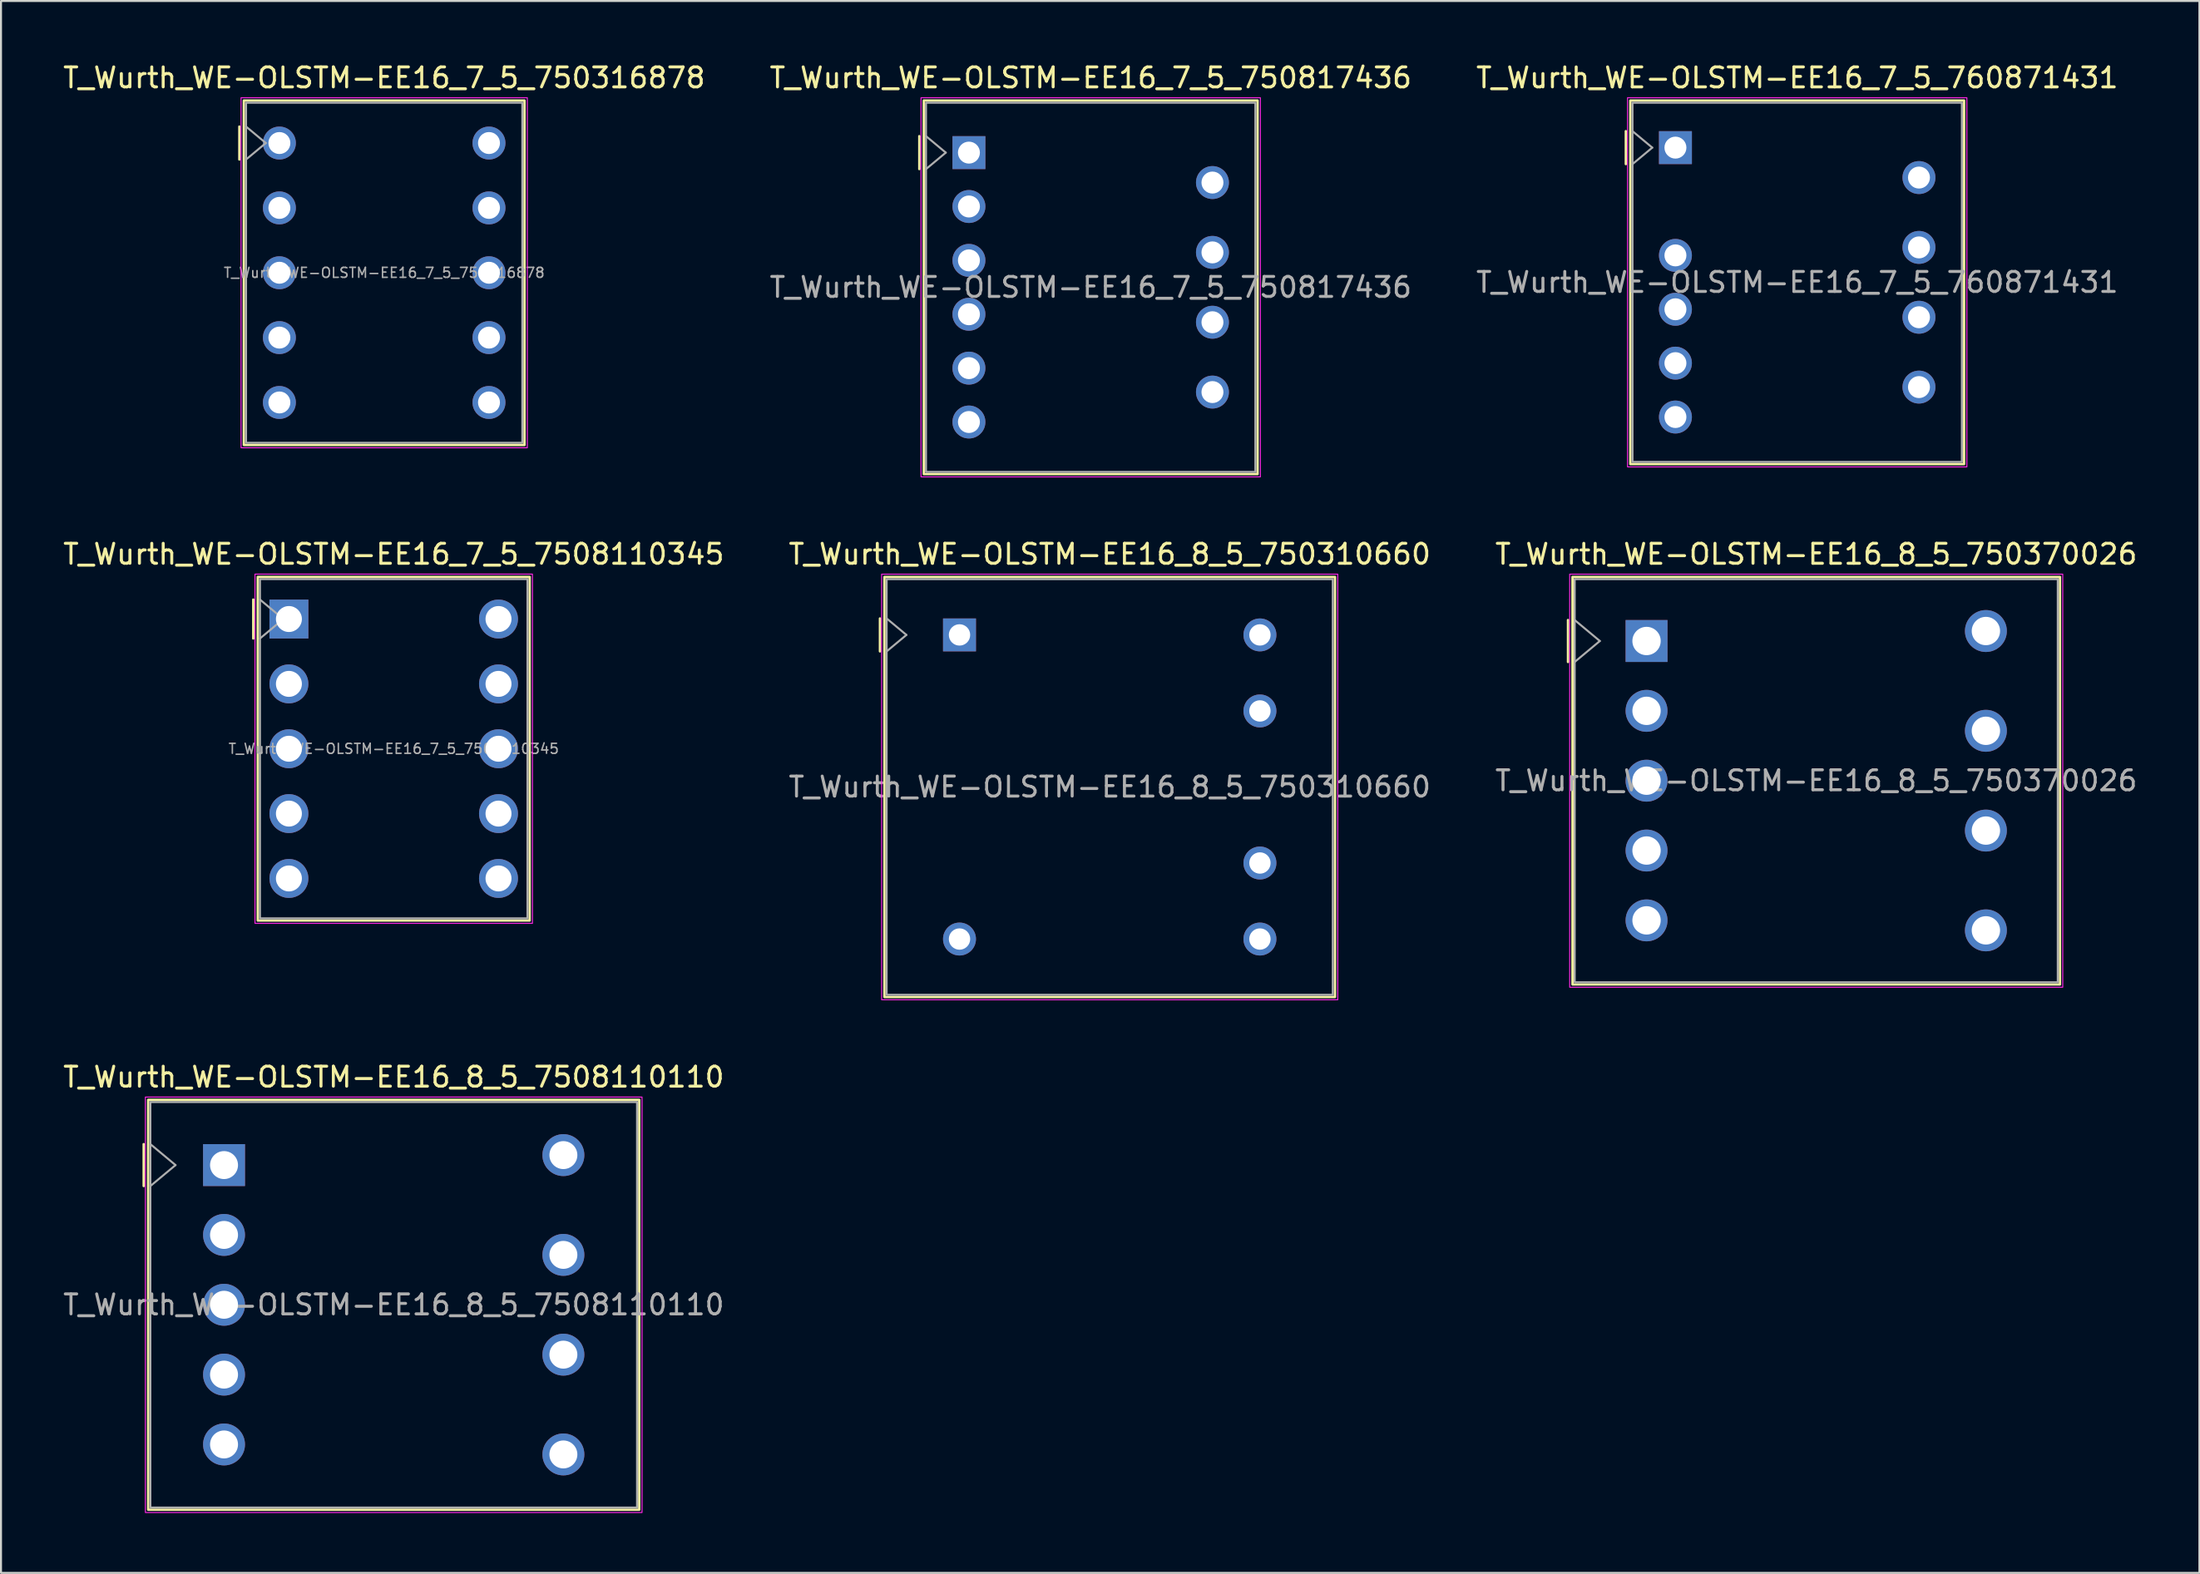
<source format=kicad_pcb>
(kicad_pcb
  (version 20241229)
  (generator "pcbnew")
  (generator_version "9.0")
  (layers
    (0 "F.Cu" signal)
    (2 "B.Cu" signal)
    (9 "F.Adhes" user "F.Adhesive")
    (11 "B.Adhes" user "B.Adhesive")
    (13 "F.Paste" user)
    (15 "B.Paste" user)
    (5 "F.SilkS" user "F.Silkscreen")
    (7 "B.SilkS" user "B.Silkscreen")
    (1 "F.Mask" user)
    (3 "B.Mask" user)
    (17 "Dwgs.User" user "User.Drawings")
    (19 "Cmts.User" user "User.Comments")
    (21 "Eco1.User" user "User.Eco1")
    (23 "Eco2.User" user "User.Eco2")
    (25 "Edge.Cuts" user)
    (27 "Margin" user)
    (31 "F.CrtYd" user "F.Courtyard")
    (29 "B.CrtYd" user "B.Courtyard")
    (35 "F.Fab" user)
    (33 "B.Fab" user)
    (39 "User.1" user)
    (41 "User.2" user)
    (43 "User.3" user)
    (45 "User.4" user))
  (footprint "T_Wurth_WE-OLSTM-EE16_8_5_7508110110"
    (layer "F.Cu")
    (at 8.173 55.335)
    (property "Reference" "T_Wurth_WE-OLSTM-EE16_8_5_7508110110" (at 8.5 -4.41 0) (unlocked yes) (layer "F.SilkS") (effects (font (size 1 1) (thickness 0.15))))
    (attr smd)
    (fp_line (start -4.025 -1.05) (end -4.025 1.05) (stroke (width 0.12) (type solid)) (layer "F.SilkS"))
    (fp_rect (start -3.8 -3.27) (end 20.8 17.27) (stroke (width 0.12) (type solid)) (fill no) (layer "F.SilkS"))
    (fp_rect (start -3.94 -3.41) (end 20.94 17.41) (stroke (width 0.05) (type solid)) (fill no) (layer "F.CrtYd"))
    (fp_line (start -3.69 -1.05) (end -2.43 0) (stroke (width 0.1) (type solid)) (layer "F.Fab"))
    (fp_line (start -3.69 1.05) (end -2.43 0) (stroke (width 0.1) (type solid)) (layer "F.Fab"))
    (fp_rect (start -3.69 -3.16) (end 20.69 17.16) (stroke (width 0.1) (type solid)) (fill no) (layer "F.Fab"))
    (fp_text user "${REFERENCE}" (at 8.5 7 0) (unlocked yes) (layer "F.Fab") (effects (font (size 1 1) (thickness 0.15))))
    (pad "1" thru_hole rect (at 0 0) (size 2.1 2.1) (drill 1.4) (layers "*.Cu" "*.Mask"))
    (pad "2" thru_hole circle (at 0 3.5) (size 2.1 2.1) (drill 1.4) (layers "*.Cu" "*.Mask"))
    (pad "3" thru_hole circle (at 0 7) (size 2.1 2.1) (drill 1.4) (layers "*.Cu" "*.Mask"))
    (pad "4" thru_hole circle (at 0 10.5) (size 2.1 2.1) (drill 1.4) (layers "*.Cu" "*.Mask"))
    (pad "5" thru_hole circle (at 0 14) (size 2.1 2.1) (drill 1.4) (layers "*.Cu" "*.Mask"))
    (pad "6" thru_hole circle (at 17 14.5) (size 2.1 2.1) (drill 1.4) (layers "*.Cu" "*.Mask"))
    (pad "7" thru_hole circle (at 17 9.5) (size 2.1 2.1) (drill 1.4) (layers "*.Cu" "*.Mask"))
    (pad "8" thru_hole circle (at 17 4.5) (size 2.1 2.1) (drill 1.4) (layers "*.Cu" "*.Mask"))
    (pad "9" thru_hole circle (at 17 -0.5) (size 2.1 2.1) (drill 1.4) (layers "*.Cu" "*.Mask")))
  (footprint "T_Wurth_WE-OLSTM-EE16_7_5_760871431"
    (layer "F.Cu")
    (at 80.882 4.348)
    (property "Reference" "T_Wurth_WE-OLSTM-EE16_7_5_760871431" (at 6.1 -3.5 0) (unlocked yes) (layer "F.SilkS") (effects (font (size 1 1) (thickness 0.15))))
    (attr smd)
    (fp_line (start -2.485 -0.825) (end -2.485 0.825) (stroke (width 0.12) (type solid)) (layer "F.SilkS"))
    (fp_rect (start -2.26 -2.36) (end 14.46 15.86) (stroke (width 0.12) (type solid)) (fill no) (layer "F.SilkS"))
    (fp_rect (start -2.4 -2.5) (end 14.6 16) (stroke (width 0.05) (type solid)) (fill no) (layer "F.CrtYd"))
    (fp_line (start -2.15 -0.825) (end -1.16 0) (stroke (width 0.1) (type solid)) (layer "F.Fab"))
    (fp_line (start -2.15 0.825) (end -1.16 0) (stroke (width 0.1) (type solid)) (layer "F.Fab"))
    (fp_rect (start -2.15 -2.25) (end 14.35 15.75) (stroke (width 0.1) (type solid)) (fill no) (layer "F.Fab"))
    (fp_text user "${REFERENCE}" (at 6.1 6.75 0) (unlocked yes) (layer "F.Fab") (effects (font (size 1 1) (thickness 0.15))))
    (pad "1" thru_hole rect (at 0 0) (size 1.65 1.65) (drill 1.1) (layers "*.Cu" "*.Mask"))
    (pad "3" thru_hole circle (at 0 5.4) (size 1.65 1.65) (drill 1.1) (layers "*.Cu" "*.Mask"))
    (pad "4" thru_hole circle (at 0 8.1) (size 1.65 1.65) (drill 1.1) (layers "*.Cu" "*.Mask"))
    (pad "5" thru_hole circle (at 0 10.8) (size 1.65 1.65) (drill 1.1) (layers "*.Cu" "*.Mask"))
    (pad "6" thru_hole circle (at 0 13.5) (size 1.65 1.65) (drill 1.1) (layers "*.Cu" "*.Mask"))
    (pad "7" thru_hole circle (at 12.2 12) (size 1.65 1.65) (drill 1.1) (layers "*.Cu" "*.Mask"))
    (pad "8" thru_hole circle (at 12.2 8.5) (size 1.65 1.65) (drill 1.1) (layers "*.Cu" "*.Mask"))
    (pad "9" thru_hole circle (at 12.2 5) (size 1.65 1.65) (drill 1.1) (layers "*.Cu" "*.Mask"))
    (pad "10" thru_hole circle (at 12.2 1.5) (size 1.65 1.65) (drill 1.1) (layers "*.Cu" "*.Mask")))
  (footprint "T_Wurth_WE-OLSTM-EE16_7_5_7508110345"
    (layer "F.Cu")
    (at 11.423 27.971)
    (property "Reference" "T_Wurth_WE-OLSTM-EE16_7_5_7508110345" (at 5.25 -3.25 0) (unlocked yes) (layer "F.SilkS") (effects (font (size 1 1) (thickness 0.15))))
    (attr smd)
    (fp_line (start -1.785 -0.975) (end -1.785 0.975) (stroke (width 0.12) (type solid)) (layer "F.SilkS"))
    (fp_rect (start -1.56 -2.11) (end 12.06 15.11) (stroke (width 0.12) (type solid)) (fill no) (layer "F.SilkS"))
    (fp_rect (start -1.7 -2.25) (end 12.2 15.25) (stroke (width 0.05) (type solid)) (fill no) (layer "F.CrtYd"))
    (fp_line (start -1.45 -0.975) (end -0.28 0) (stroke (width 0.1) (type solid)) (layer "F.Fab"))
    (fp_line (start -1.45 0.975) (end -0.28 0) (stroke (width 0.1) (type solid)) (layer "F.Fab"))
    (fp_rect (start -1.45 -2) (end 11.95 15) (stroke (width 0.1) (type solid)) (fill no) (layer "F.Fab"))
    (fp_text user "${REFERENCE}" (at 5.25 6.5 0) (unlocked yes) (layer "F.Fab") (effects (font (size 0.5 0.5) (thickness 0.075))))
    (pad "1" thru_hole rect (at 0 0) (size 1.95 1.95) (drill 1.3) (layers "*.Cu" "*.Mask"))
    (pad "2" thru_hole circle (at 0 3.25) (size 1.95 1.95) (drill 1.3) (layers "*.Cu" "*.Mask"))
    (pad "3" thru_hole circle (at 0 6.5) (size 1.95 1.95) (drill 1.3) (layers "*.Cu" "*.Mask"))
    (pad "4" thru_hole circle (at 0 9.75) (size 1.95 1.95) (drill 1.3) (layers "*.Cu" "*.Mask"))
    (pad "5" thru_hole circle (at 0 13) (size 1.95 1.95) (drill 1.3) (layers "*.Cu" "*.Mask"))
    (pad "6" thru_hole circle (at 10.5 13) (size 1.95 1.95) (drill 1.3) (layers "*.Cu" "*.Mask"))
    (pad "7" thru_hole circle (at 10.5 9.75) (size 1.95 1.95) (drill 1.3) (layers "*.Cu" "*.Mask"))
    (pad "8" thru_hole circle (at 10.5 6.5) (size 1.95 1.95) (drill 1.3) (layers "*.Cu" "*.Mask"))
    (pad "9" thru_hole circle (at 10.5 3.25) (size 1.95 1.95) (drill 1.3) (layers "*.Cu" "*.Mask"))
    (pad "10" thru_hole circle (at 10.5 0) (size 1.95 1.95) (drill 1.3) (layers "*.Cu" "*.Mask")))
  (footprint "T_Wurth_WE-OLSTM-EE16_7_5_750817436"
    (layer "F.Cu")
    (at 45.489 4.598)
    (property "Reference" "T_Wurth_WE-OLSTM-EE16_7_5_750817436" (at 6.1 -3.75 0) (unlocked yes) (layer "F.SilkS") (effects (font (size 1 1) (thickness 0.15))))
    (attr smd)
    (fp_line (start -2.485 -0.825) (end -2.485 0.825) (stroke (width 0.12) (type solid)) (layer "F.SilkS"))
    (fp_rect (start -2.26 -2.61) (end 14.46 16.11) (stroke (width 0.12) (type solid)) (fill no) (layer "F.SilkS"))
    (fp_rect (start -2.4 -2.75) (end 14.6 16.25) (stroke (width 0.05) (type solid)) (fill no) (layer "F.CrtYd"))
    (fp_line (start -2.15 -0.825) (end -1.16 0) (stroke (width 0.1) (type solid)) (layer "F.Fab"))
    (fp_line (start -2.15 0.825) (end -1.16 0) (stroke (width 0.1) (type solid)) (layer "F.Fab"))
    (fp_rect (start -2.15 -2.5) (end 14.35 16) (stroke (width 0.1) (type solid)) (fill no) (layer "F.Fab"))
    (fp_text user "${REFERENCE}" (at 6.1 6.75 0) (unlocked yes) (layer "F.Fab") (effects (font (size 1 1) (thickness 0.15))))
    (pad "1" thru_hole rect (at 0 0) (size 1.65 1.65) (drill 1.1) (layers "*.Cu" "*.Mask"))
    (pad "2" thru_hole circle (at 0 2.7) (size 1.65 1.65) (drill 1.1) (layers "*.Cu" "*.Mask"))
    (pad "3" thru_hole circle (at 0 5.4) (size 1.65 1.65) (drill 1.1) (layers "*.Cu" "*.Mask"))
    (pad "4" thru_hole circle (at 0 8.1) (size 1.65 1.65) (drill 1.1) (layers "*.Cu" "*.Mask"))
    (pad "5" thru_hole circle (at 0 10.8) (size 1.65 1.65) (drill 1.1) (layers "*.Cu" "*.Mask"))
    (pad "6" thru_hole circle (at 0 13.5) (size 1.65 1.65) (drill 1.1) (layers "*.Cu" "*.Mask"))
    (pad "7" thru_hole circle (at 12.2 12) (size 1.65 1.65) (drill 1.1) (layers "*.Cu" "*.Mask"))
    (pad "8" thru_hole circle (at 12.2 8.5) (size 1.65 1.65) (drill 1.1) (layers "*.Cu" "*.Mask"))
    (pad "9" thru_hole circle (at 12.2 5) (size 1.65 1.65) (drill 1.1) (layers "*.Cu" "*.Mask"))
    (pad "10" thru_hole circle (at 12.2 1.5) (size 1.65 1.65) (drill 1.1) (layers "*.Cu" "*.Mask")))
  (footprint "T_Wurth_WE-OLSTM-EE16_8_5_750370026"
    (layer "F.Cu")
    (at 79.435 29.072)
    (property "Reference" "T_Wurth_WE-OLSTM-EE16_8_5_750370026" (at 8.5 -4.35 0) (unlocked yes) (layer "F.SilkS") (effects (font (size 1 1) (thickness 0.15))))
    (attr smd)
    (fp_line (start -3.935 -1.05) (end -3.935 1.05) (stroke (width 0.12) (type solid)) (layer "F.SilkS"))
    (fp_rect (start -3.71 -3.21) (end 20.71 17.21) (stroke (width 0.12) (type solid)) (fill no) (layer "F.SilkS"))
    (fp_rect (start -3.85 -3.35) (end 20.85 17.35) (stroke (width 0.05) (type solid)) (fill no) (layer "F.CrtYd"))
    (fp_line (start -3.6 -1.05) (end -2.34 0) (stroke (width 0.1) (type solid)) (layer "F.Fab"))
    (fp_line (start -3.6 1.05) (end -2.34 0) (stroke (width 0.1) (type solid)) (layer "F.Fab"))
    (fp_rect (start -3.6 -3.1) (end 20.6 17.1) (stroke (width 0.1) (type solid)) (fill no) (layer "F.Fab"))
    (fp_text user "${REFERENCE}" (at 8.5 7 0) (unlocked yes) (layer "F.Fab") (effects (font (size 1 1) (thickness 0.15))))
    (pad "1" thru_hole rect (at 0 0) (size 2.1 2.1) (drill 1.42) (layers "*.Cu" "*.Mask"))
    (pad "2" thru_hole circle (at 0 3.5) (size 2.1 2.1) (drill 1.42) (layers "*.Cu" "*.Mask"))
    (pad "3" thru_hole circle (at 0 7) (size 2.1 2.1) (drill 1.42) (layers "*.Cu" "*.Mask"))
    (pad "4" thru_hole circle (at 0 10.5) (size 2.1 2.1) (drill 1.42) (layers "*.Cu" "*.Mask"))
    (pad "5" thru_hole circle (at 0 14) (size 2.1 2.1) (drill 1.42) (layers "*.Cu" "*.Mask"))
    (pad "6" thru_hole circle (at 17 14.5) (size 2.1 2.1) (drill 1.42) (layers "*.Cu" "*.Mask"))
    (pad "7" thru_hole circle (at 17 9.5) (size 2.1 2.1) (drill 1.42) (layers "*.Cu" "*.Mask"))
    (pad "8" thru_hole circle (at 17 4.5) (size 2.1 2.1) (drill 1.42) (layers "*.Cu" "*.Mask"))
    (pad "9" thru_hole circle (at 17 -0.5) (size 2.1 2.1) (drill 1.42) (layers "*.Cu" "*.Mask")))
  (footprint "T_Wurth_WE-OLSTM-EE16_8_5_750310660"
    (layer "F.Cu")
    (at 45.017 28.767)
    (property "Reference" "T_Wurth_WE-OLSTM-EE16_8_5_750310660" (at 7.525 -4.045 0) (unlocked yes) (layer "F.SilkS") (effects (font (size 1 1) (thickness 0.15))))
    (attr smd)
    (fp_line (start -3.985 -0.825) (end -3.985 0.825) (stroke (width 0.12) (type solid)) (layer "F.SilkS"))
    (fp_rect (start -3.76 -2.905) (end 18.81 18.145) (stroke (width 0.12) (type solid)) (fill no) (layer "F.SilkS"))
    (fp_rect (start -3.9 -3.045) (end 18.95 18.285) (stroke (width 0.05) (type solid)) (fill no) (layer "F.CrtYd"))
    (fp_line (start -3.65 -0.825) (end -2.66 0) (stroke (width 0.1) (type solid)) (layer "F.Fab"))
    (fp_line (start -3.65 0.825) (end -2.66 0) (stroke (width 0.1) (type solid)) (layer "F.Fab"))
    (fp_rect (start -3.65 -2.795) (end 18.7 18.035) (stroke (width 0.1) (type solid)) (fill no) (layer "F.Fab"))
    (fp_text user "${REFERENCE}" (at 7.525 7.62 0) (unlocked yes) (layer "F.Fab") (effects (font (size 1 1) (thickness 0.15))))
    (pad "1" thru_hole rect (at 0 0) (size 1.65 1.65) (drill 1.07) (layers "*.Cu" "*.Mask"))
    (pad "4" thru_hole circle (at 0 15.24) (size 1.65 1.65) (drill 1.07) (layers "*.Cu" "*.Mask"))
    (pad "5" thru_hole circle (at 15.05 15.24) (size 1.65 1.65) (drill 1.07) (layers "*.Cu" "*.Mask"))
    (pad "6" thru_hole circle (at 15.05 11.43) (size 1.65 1.65) (drill 1.07) (layers "*.Cu" "*.Mask"))
    (pad "7" thru_hole circle (at 15.05 3.81) (size 1.65 1.65) (drill 1.07) (layers "*.Cu" "*.Mask"))
    (pad "8" thru_hole circle (at 15.05 0) (size 1.65 1.65) (drill 1.07) (layers "*.Cu" "*.Mask")))
  (footprint "T_Wurth_WE-OLSTM-EE16_7_5_750316878"
    (layer "F.Cu")
    (at 16.196 10.618)
    (property "Reference" "T_Wurth_WE-OLSTM-EE16_7_5_750316878" (at 0 -9.77 0) (unlocked yes) (layer "F.SilkS") (effects (font (size 1 1) (thickness 0.15))))
    (attr smd)
    (fp_line (start -7.255 -7.325) (end -7.255 -5.675) (stroke (width 0.12) (type solid)) (layer "F.SilkS"))
    (fp_rect (start -7.03 -8.63) (end 7.03 8.63) (stroke (width 0.12) (type solid)) (fill no) (layer "F.SilkS"))
    (fp_rect (start -7.17 -8.77) (end 7.17 8.77) (stroke (width 0.05) (type solid)) (fill no) (layer "F.CrtYd"))
    (fp_line (start -6.92 -7.325) (end -5.93 -6.5) (stroke (width 0.1) (type solid)) (layer "F.Fab"))
    (fp_line (start -6.92 -5.675) (end -5.93 -6.5) (stroke (width 0.1) (type solid)) (layer "F.Fab"))
    (fp_rect (start -6.92 -8.52) (end 6.92 8.52) (stroke (width 0.1) (type solid)) (fill no) (layer "F.Fab"))
    (fp_text user "${REFERENCE}" (at 0 0 0) (unlocked yes) (layer "F.Fab") (effects (font (size 0.5 0.5) (thickness 0.075))))
    (pad "1" thru_hole circle (at -5.25 -6.5) (size 1.65 1.65) (drill 1.1) (layers "*.Cu" "*.Mask"))
    (pad "2" thru_hole circle (at -5.25 -3.25) (size 1.65 1.65) (drill 1.1) (layers "*.Cu" "*.Mask"))
    (pad "3" thru_hole circle (at -5.25 0) (size 1.65 1.65) (drill 1.1) (layers "*.Cu" "*.Mask"))
    (pad "4" thru_hole circle (at -5.25 3.25) (size 1.65 1.65) (drill 1.1) (layers "*.Cu" "*.Mask"))
    (pad "5" thru_hole circle (at -5.25 6.5) (size 1.65 1.65) (drill 1.1) (layers "*.Cu" "*.Mask"))
    (pad "6" thru_hole circle (at 5.25 6.5) (size 1.65 1.65) (drill 1.1) (layers "*.Cu" "*.Mask"))
    (pad "7" thru_hole circle (at 5.25 3.25) (size 1.65 1.65) (drill 1.1) (layers "*.Cu" "*.Mask"))
    (pad "8" thru_hole circle (at 5.25 0) (size 1.65 1.65) (drill 1.1) (layers "*.Cu" "*.Mask"))
    (pad "9" thru_hole circle (at 5.25 -3.25) (size 1.65 1.65) (drill 1.1) (layers "*.Cu" "*.Mask"))
    (pad "10" thru_hole circle (at 5.25 -6.5) (size 1.65 1.65) (drill 1.1) (layers "*.Cu" "*.Mask")))
  (gr_rect
    (start -3 -3)
    (end 107.131 75.77)
    (stroke (width 0.1) (type default))
    (fill no)
    (layer "Edge.Cuts")))
</source>
